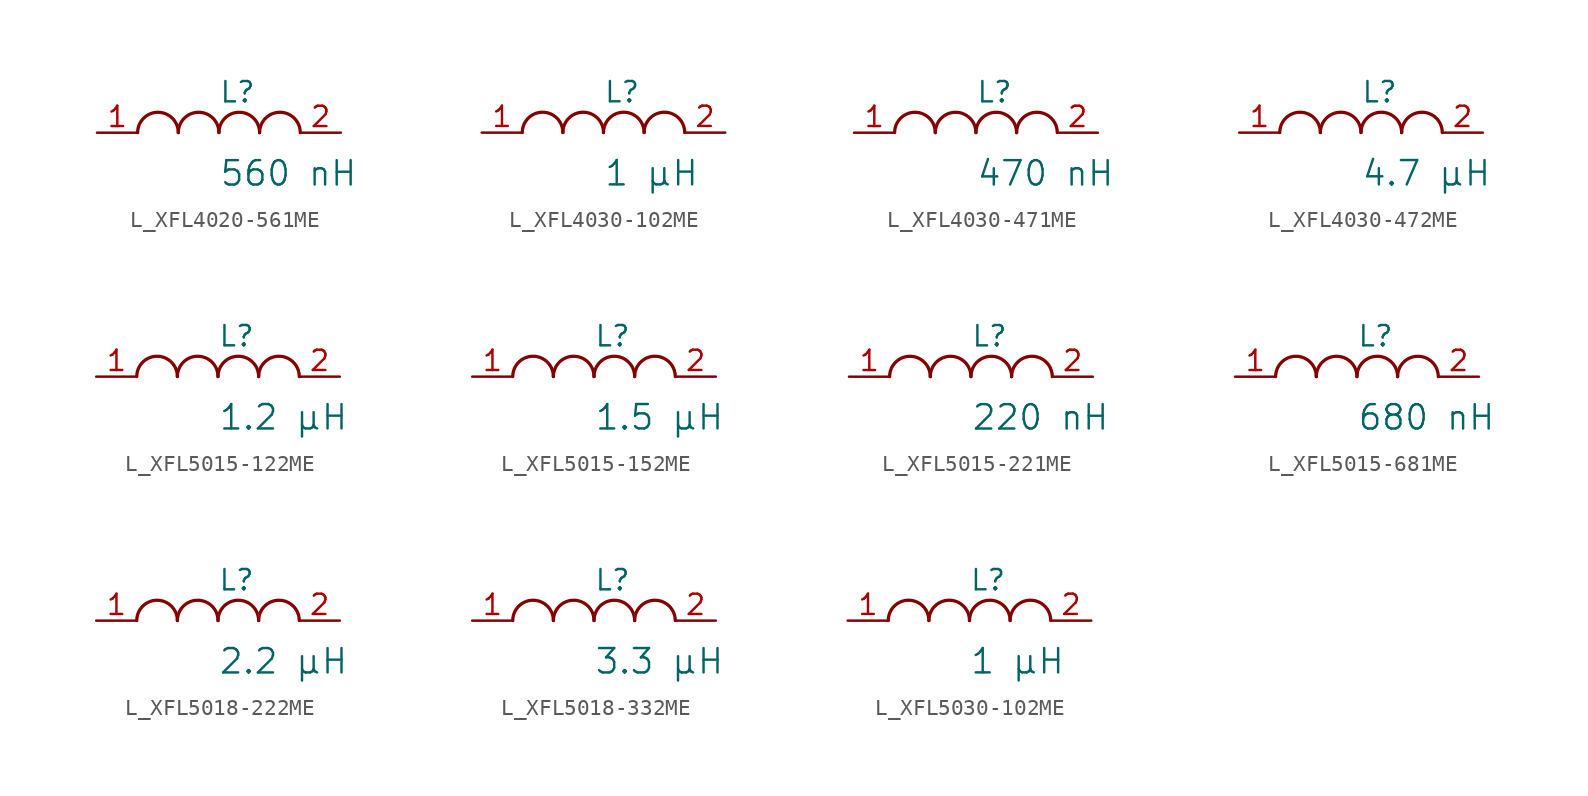
<source format=kicad_sym>
(kicad_symbol_lib
  (version 20231120)
  (generator "kicad_symbol_editor")
  (generator_version "8.0")
  (symbol "L_XFL4020-561ME"
    (pin_names
      (offset 0.254))
    (property "Reference" "L"
      (at 0 2.54 0)
      (effects (font (size 1.27 1.27)) (justify left)))
    (property "Value" "560 nH"
      (at 0 -2.54 0)
      (effects (font (size 1.524 1.524)) (justify left)))
    (symbol "L_XFL4020-561ME_1_1"
      (arc (start -2.54 0.0056) (mid -3.81 1.27) (end -5.08 0.0056) (stroke (width 0.2032) (type default)) (fill (type none)))
      (arc (start 0 0.0056) (mid -1.27 1.27) (end -2.54 0.0056) (stroke (width 0.2032) (type default)) (fill (type none)))
      (arc (start 2.54 0.0056) (mid 1.27 1.27) (end 0 0.0056) (stroke (width 0.2032) (type default)) (fill (type none)))
      (arc (start 5.08 0.0056) (mid 3.81 1.27) (end 2.54 0.0056) (stroke (width 0.2032) (type default)) (fill (type none)))
      (pin unspecified line (at -7.62 0 0) (length 2.54) (name "" (effects (font (size 1.27 1.27)))) (number "1" (effects (font (size 1.27 1.27)))))
      (pin unspecified line (at 7.62 0 180) (length 2.54) (name "" (effects (font (size 1.27 1.27)))) (number "2" (effects (font (size 1.27 1.27)))))))
  (symbol "L_XFL4030-102ME"
    (pin_names
      (offset 0.254))
    (property "Reference" "L"
      (at 0 2.54 0)
      (effects (font (size 1.27 1.27)) (justify left)))
    (property "Value" "1 µH"
      (at 0 -2.54 0)
      (effects (font (size 1.524 1.524)) (justify left)))
    (symbol "L_XFL4030-102ME_1_1"
      (arc (start -2.54 0.0056) (mid -3.81 1.27) (end -5.08 0.0056) (stroke (width 0.2032) (type default)) (fill (type none)))
      (arc (start 0 0.0056) (mid -1.27 1.27) (end -2.54 0.0056) (stroke (width 0.2032) (type default)) (fill (type none)))
      (arc (start 2.54 0.0056) (mid 1.27 1.27) (end 0 0.0056) (stroke (width 0.2032) (type default)) (fill (type none)))
      (arc (start 5.08 0.0056) (mid 3.81 1.27) (end 2.54 0.0056) (stroke (width 0.2032) (type default)) (fill (type none)))
      (pin unspecified line (at -7.62 0 0) (length 2.54) (name "" (effects (font (size 1.27 1.27)))) (number "1" (effects (font (size 1.27 1.27)))))
      (pin unspecified line (at 7.62 0 180) (length 2.54) (name "" (effects (font (size 1.27 1.27)))) (number "2" (effects (font (size 1.27 1.27)))))))
  (symbol "L_XFL4030-471ME"
    (pin_names
      (offset 0.254))
    (property "Reference" "L"
      (at 0 2.54 0)
      (effects (font (size 1.27 1.27)) (justify left)))
    (property "Value" "470 nH"
      (at 0 -2.54 0)
      (effects (font (size 1.524 1.524)) (justify left)))
    (symbol "L_XFL4030-471ME_1_1"
      (arc (start -2.54 0.0056) (mid -3.81 1.27) (end -5.08 0.0056) (stroke (width 0.2032) (type default)) (fill (type none)))
      (arc (start 0 0.0056) (mid -1.27 1.27) (end -2.54 0.0056) (stroke (width 0.2032) (type default)) (fill (type none)))
      (arc (start 2.54 0.0056) (mid 1.27 1.27) (end 0 0.0056) (stroke (width 0.2032) (type default)) (fill (type none)))
      (arc (start 5.08 0.0056) (mid 3.81 1.27) (end 2.54 0.0056) (stroke (width 0.2032) (type default)) (fill (type none)))
      (pin unspecified line (at -7.62 0 0) (length 2.54) (name "" (effects (font (size 1.27 1.27)))) (number "1" (effects (font (size 1.27 1.27)))))
      (pin unspecified line (at 7.62 0 180) (length 2.54) (name "" (effects (font (size 1.27 1.27)))) (number "2" (effects (font (size 1.27 1.27)))))))
  (symbol "L_XFL4030-472ME"
    (pin_names
      (offset 0.254))
    (property "Reference" "L"
      (at 0 2.54 0)
      (effects (font (size 1.27 1.27)) (justify left)))
    (property "Value" "4.7 µH"
      (at 0 -2.54 0)
      (effects (font (size 1.524 1.524)) (justify left)))
    (symbol "L_XFL4030-472ME_1_1"
      (arc (start -2.54 0.0056) (mid -3.81 1.27) (end -5.08 0.0056) (stroke (width 0.2032) (type default)) (fill (type none)))
      (arc (start 0 0.0056) (mid -1.27 1.27) (end -2.54 0.0056) (stroke (width 0.2032) (type default)) (fill (type none)))
      (arc (start 2.54 0.0056) (mid 1.27 1.27) (end 0 0.0056) (stroke (width 0.2032) (type default)) (fill (type none)))
      (arc (start 5.08 0.0056) (mid 3.81 1.27) (end 2.54 0.0056) (stroke (width 0.2032) (type default)) (fill (type none)))
      (pin unspecified line (at -7.62 0 0) (length 2.54) (name "" (effects (font (size 1.27 1.27)))) (number "1" (effects (font (size 1.27 1.27)))))
      (pin unspecified line (at 7.62 0 180) (length 2.54) (name "" (effects (font (size 1.27 1.27)))) (number "2" (effects (font (size 1.27 1.27)))))))
  (symbol "L_XFL5015-122ME"
    (pin_names
      (offset 0.254))
    (property "Reference" "L"
      (at 0 2.54 0)
      (effects (font (size 1.27 1.27)) (justify left)))
    (property "Value" "1.2 µH"
      (at 0 -2.54 0)
      (effects (font (size 1.524 1.524)) (justify left)))
    (symbol "L_XFL5015-122ME_1_1"
      (arc (start -2.54 0.0056) (mid -3.81 1.27) (end -5.08 0.0056) (stroke (width 0.2032) (type default)) (fill (type none)))
      (arc (start 0 0.0056) (mid -1.27 1.27) (end -2.54 0.0056) (stroke (width 0.2032) (type default)) (fill (type none)))
      (arc (start 2.54 0.0056) (mid 1.27 1.27) (end 0 0.0056) (stroke (width 0.2032) (type default)) (fill (type none)))
      (arc (start 5.08 0.0056) (mid 3.81 1.27) (end 2.54 0.0056) (stroke (width 0.2032) (type default)) (fill (type none)))
      (pin unspecified line (at -7.62 0 0) (length 2.54) (name "" (effects (font (size 1.27 1.27)))) (number "1" (effects (font (size 1.27 1.27)))))
      (pin unspecified line (at 7.62 0 180) (length 2.54) (name "" (effects (font (size 1.27 1.27)))) (number "2" (effects (font (size 1.27 1.27)))))))
  (symbol "L_XFL5015-152ME"
    (pin_names
      (offset 0.254))
    (property "Reference" "L"
      (at 0 2.54 0)
      (effects (font (size 1.27 1.27)) (justify left)))
    (property "Value" "1.5 µH"
      (at 0 -2.54 0)
      (effects (font (size 1.524 1.524)) (justify left)))
    (symbol "L_XFL5015-152ME_1_1"
      (arc (start -2.54 0.0056) (mid -3.81 1.27) (end -5.08 0.0056) (stroke (width 0.2032) (type default)) (fill (type none)))
      (arc (start 0 0.0056) (mid -1.27 1.27) (end -2.54 0.0056) (stroke (width 0.2032) (type default)) (fill (type none)))
      (arc (start 2.54 0.0056) (mid 1.27 1.27) (end 0 0.0056) (stroke (width 0.2032) (type default)) (fill (type none)))
      (arc (start 5.08 0.0056) (mid 3.81 1.27) (end 2.54 0.0056) (stroke (width 0.2032) (type default)) (fill (type none)))
      (pin unspecified line (at -7.62 0 0) (length 2.54) (name "" (effects (font (size 1.27 1.27)))) (number "1" (effects (font (size 1.27 1.27)))))
      (pin unspecified line (at 7.62 0 180) (length 2.54) (name "" (effects (font (size 1.27 1.27)))) (number "2" (effects (font (size 1.27 1.27)))))))
  (symbol "L_XFL5015-221ME"
    (pin_names
      (offset 0.254))
    (property "Reference" "L"
      (at 0 2.54 0)
      (effects (font (size 1.27 1.27)) (justify left)))
    (property "Value" "220 nH"
      (at 0 -2.54 0)
      (effects (font (size 1.524 1.524)) (justify left)))
    (symbol "L_XFL5015-221ME_1_1"
      (arc (start -2.54 0.0056) (mid -3.81 1.27) (end -5.08 0.0056) (stroke (width 0.2032) (type default)) (fill (type none)))
      (arc (start 0 0.0056) (mid -1.27 1.27) (end -2.54 0.0056) (stroke (width 0.2032) (type default)) (fill (type none)))
      (arc (start 2.54 0.0056) (mid 1.27 1.27) (end 0 0.0056) (stroke (width 0.2032) (type default)) (fill (type none)))
      (arc (start 5.08 0.0056) (mid 3.81 1.27) (end 2.54 0.0056) (stroke (width 0.2032) (type default)) (fill (type none)))
      (pin unspecified line (at -7.62 0 0) (length 2.54) (name "" (effects (font (size 1.27 1.27)))) (number "1" (effects (font (size 1.27 1.27)))))
      (pin unspecified line (at 7.62 0 180) (length 2.54) (name "" (effects (font (size 1.27 1.27)))) (number "2" (effects (font (size 1.27 1.27)))))))
  (symbol "L_XFL5015-681ME"
    (pin_names
      (offset 0.254))
    (property "Reference" "L"
      (at 0 2.54 0)
      (effects (font (size 1.27 1.27)) (justify left)))
    (property "Value" "680 nH"
      (at 0 -2.54 0)
      (effects (font (size 1.524 1.524)) (justify left)))
    (symbol "L_XFL5015-681ME_1_1"
      (arc (start -2.54 0.0056) (mid -3.81 1.27) (end -5.08 0.0056) (stroke (width 0.2032) (type default)) (fill (type none)))
      (arc (start 0 0.0056) (mid -1.27 1.27) (end -2.54 0.0056) (stroke (width 0.2032) (type default)) (fill (type none)))
      (arc (start 2.54 0.0056) (mid 1.27 1.27) (end 0 0.0056) (stroke (width 0.2032) (type default)) (fill (type none)))
      (arc (start 5.08 0.0056) (mid 3.81 1.27) (end 2.54 0.0056) (stroke (width 0.2032) (type default)) (fill (type none)))
      (pin unspecified line (at -7.62 0 0) (length 2.54) (name "" (effects (font (size 1.27 1.27)))) (number "1" (effects (font (size 1.27 1.27)))))
      (pin unspecified line (at 7.62 0 180) (length 2.54) (name "" (effects (font (size 1.27 1.27)))) (number "2" (effects (font (size 1.27 1.27)))))))
  (symbol "L_XFL5018-222ME"
    (pin_names
      (offset 0.254))
    (property "Reference" "L"
      (at 0 2.54 0)
      (effects (font (size 1.27 1.27)) (justify left)))
    (property "Value" "2.2 µH"
      (at 0 -2.54 0)
      (effects (font (size 1.524 1.524)) (justify left)))
    (symbol "L_XFL5018-222ME_1_1"
      (arc (start -2.54 0.0056) (mid -3.81 1.27) (end -5.08 0.0056) (stroke (width 0.2032) (type default)) (fill (type none)))
      (arc (start 0 0.0056) (mid -1.27 1.27) (end -2.54 0.0056) (stroke (width 0.2032) (type default)) (fill (type none)))
      (arc (start 2.54 0.0056) (mid 1.27 1.27) (end 0 0.0056) (stroke (width 0.2032) (type default)) (fill (type none)))
      (arc (start 5.08 0.0056) (mid 3.81 1.27) (end 2.54 0.0056) (stroke (width 0.2032) (type default)) (fill (type none)))
      (pin unspecified line (at -7.62 0 0) (length 2.54) (name "" (effects (font (size 1.27 1.27)))) (number "1" (effects (font (size 1.27 1.27)))))
      (pin unspecified line (at 7.62 0 180) (length 2.54) (name "" (effects (font (size 1.27 1.27)))) (number "2" (effects (font (size 1.27 1.27)))))))
  (symbol "L_XFL5018-332ME"
    (pin_names
      (offset 0.254))
    (property "Reference" "L"
      (at 0 2.54 0)
      (effects (font (size 1.27 1.27)) (justify left)))
    (property "Value" "3.3 µH"
      (at 0 -2.54 0)
      (effects (font (size 1.524 1.524)) (justify left)))
    (symbol "L_XFL5018-332ME_1_1"
      (arc (start -2.54 0.0056) (mid -3.81 1.27) (end -5.08 0.0056) (stroke (width 0.2032) (type default)) (fill (type none)))
      (arc (start 0 0.0056) (mid -1.27 1.27) (end -2.54 0.0056) (stroke (width 0.2032) (type default)) (fill (type none)))
      (arc (start 2.54 0.0056) (mid 1.27 1.27) (end 0 0.0056) (stroke (width 0.2032) (type default)) (fill (type none)))
      (arc (start 5.08 0.0056) (mid 3.81 1.27) (end 2.54 0.0056) (stroke (width 0.2032) (type default)) (fill (type none)))
      (pin unspecified line (at -7.62 0 0) (length 2.54) (name "" (effects (font (size 1.27 1.27)))) (number "1" (effects (font (size 1.27 1.27)))))
      (pin unspecified line (at 7.62 0 180) (length 2.54) (name "" (effects (font (size 1.27 1.27)))) (number "2" (effects (font (size 1.27 1.27)))))))
  (symbol "L_XFL5030-102ME"
    (pin_names
      (offset 0.254))
    (property "Reference" "L"
      (at 0 2.54 0)
      (effects (font (size 1.27 1.27)) (justify left)))
    (property "Value" "1 µH"
      (at 0 -2.54 0)
      (effects (font (size 1.524 1.524)) (justify left)))
    (symbol "L_XFL5030-102ME_1_1"
      (arc (start -2.54 0.0056) (mid -3.81 1.27) (end -5.08 0.0056) (stroke (width 0.2032) (type default)) (fill (type none)))
      (arc (start 0 0.0056) (mid -1.27 1.27) (end -2.54 0.0056) (stroke (width 0.2032) (type default)) (fill (type none)))
      (arc (start 2.54 0.0056) (mid 1.27 1.27) (end 0 0.0056) (stroke (width 0.2032) (type default)) (fill (type none)))
      (arc (start 5.08 0.0056) (mid 3.81 1.27) (end 2.54 0.0056) (stroke (width 0.2032) (type default)) (fill (type none)))
      (pin unspecified line (at -7.62 0 0) (length 2.54) (name "" (effects (font (size 1.27 1.27)))) (number "1" (effects (font (size 1.27 1.27)))))
      (pin unspecified line (at 7.62 0 180) (length 2.54) (name "" (effects (font (size 1.27 1.27)))) (number "2" (effects (font (size 1.27 1.27))))))))
</source>
